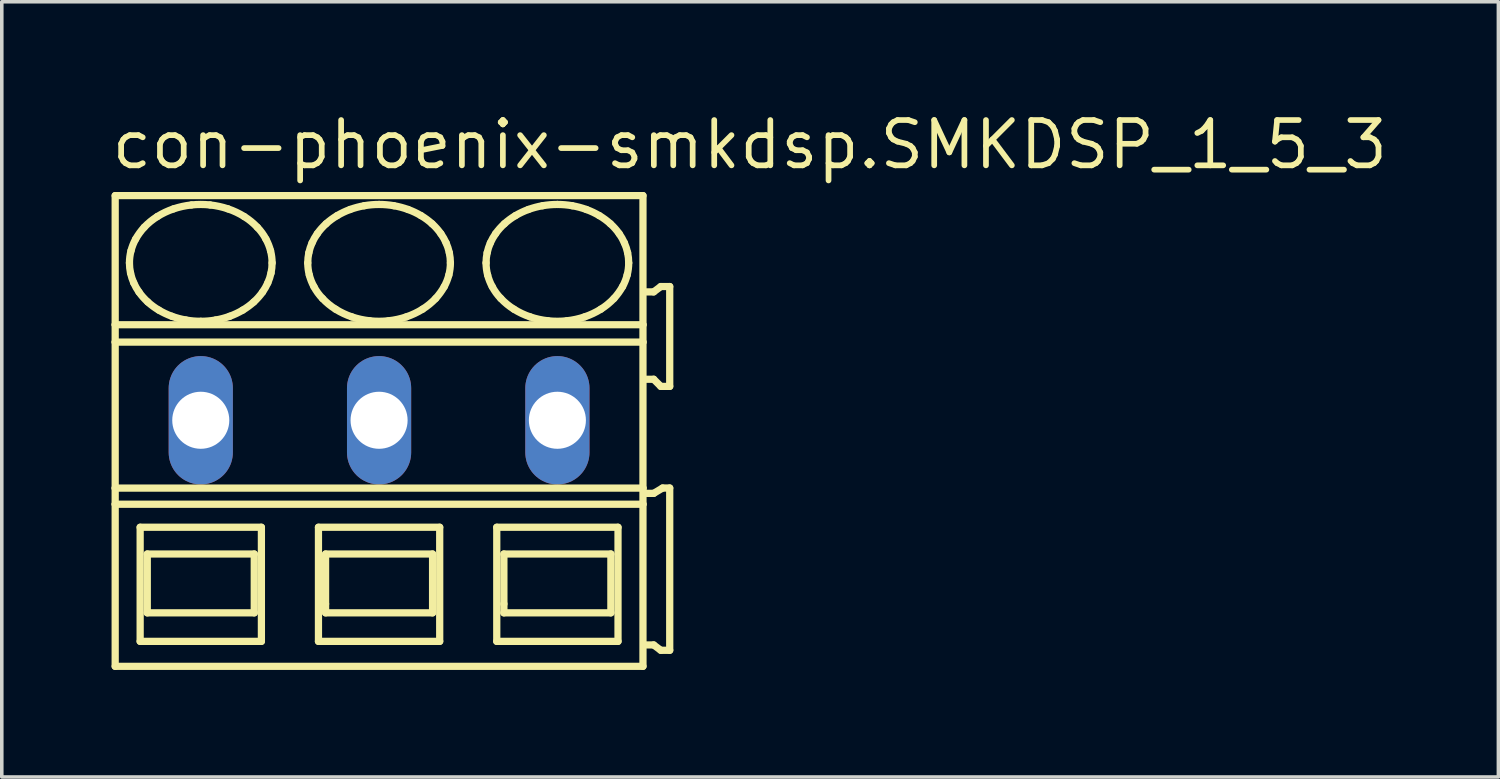
<source format=kicad_pcb>
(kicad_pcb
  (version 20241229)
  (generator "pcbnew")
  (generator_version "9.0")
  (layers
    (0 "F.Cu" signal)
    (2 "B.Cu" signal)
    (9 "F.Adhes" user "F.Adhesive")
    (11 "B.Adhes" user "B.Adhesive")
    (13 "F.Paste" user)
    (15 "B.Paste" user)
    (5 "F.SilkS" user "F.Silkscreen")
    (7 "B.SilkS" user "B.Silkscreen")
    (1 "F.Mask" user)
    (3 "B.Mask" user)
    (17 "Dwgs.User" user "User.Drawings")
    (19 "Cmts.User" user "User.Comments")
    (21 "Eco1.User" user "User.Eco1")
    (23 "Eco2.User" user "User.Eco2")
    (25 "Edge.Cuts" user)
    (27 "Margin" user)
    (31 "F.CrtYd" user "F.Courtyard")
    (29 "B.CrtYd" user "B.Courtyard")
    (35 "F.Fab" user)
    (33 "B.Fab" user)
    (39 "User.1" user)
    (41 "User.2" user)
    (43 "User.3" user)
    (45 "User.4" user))
  (footprint "con-phoenix-smkdsp.SMKDSP_1_5_3"
    (layer "F.Cu")
    (at 5.08 8.735)
    (property "Reference" "con-phoenix-smkdsp.SMKDSP_1_5_3" (at -5.08 -6.985 0) (layer "F.SilkS") (effects (font (size 1.27 1.27) (thickness 0.16)) (justify left bottom)))
    (attr through_hole)
    (fp_line (start -4.9 -6.3) (end -4.9 -2.679) (stroke (width 0.203) (type default)) (layer "F.SilkS"))
    (fp_line (start -4.9 -2.679) (end -4.9 -2.192) (stroke (width 0.203) (type default)) (layer "F.SilkS"))
    (fp_line (start -4.9 -2.192) (end -4.9 1.902) (stroke (width 0.203) (type default)) (layer "F.SilkS"))
    (fp_line (start -4.9 1.902) (end -4.9 2.354) (stroke (width 0.203) (type default)) (layer "F.SilkS"))
    (fp_line (start -4.9 2.354) (end -4.9 6.9) (stroke (width 0.203) (type default)) (layer "F.SilkS"))
    (fp_line (start -4.9 6.9) (end 9.9 6.9) (stroke (width 0.203) (type default)) (layer "F.SilkS"))
    (fp_line (start -4.2 3) (end -4.2 6.2) (stroke (width 0.203) (type default)) (layer "F.SilkS"))
    (fp_line (start -4.2 6.2) (end -0.8 6.2) (stroke (width 0.203) (type default)) (layer "F.SilkS"))
    (fp_line (start -4 3.75) (end -4 5.4) (stroke (width 0.203) (type default)) (layer "F.SilkS"))
    (fp_line (start -4 5.4) (end -1 5.4) (stroke (width 0.203) (type default)) (layer "F.SilkS"))
    (fp_line (start -1 3.75) (end -4 3.75) (stroke (width 0.203) (type default)) (layer "F.SilkS"))
    (fp_line (start -1 5.4) (end -1 3.75) (stroke (width 0.203) (type default)) (layer "F.SilkS"))
    (fp_line (start -0.8 3) (end -4.2 3) (stroke (width 0.203) (type default)) (layer "F.SilkS"))
    (fp_line (start -0.8 6.2) (end -0.8 3) (stroke (width 0.203) (type default)) (layer "F.SilkS"))
    (fp_line (start 0.8 3) (end 0.8 6.2) (stroke (width 0.203) (type default)) (layer "F.SilkS"))
    (fp_line (start 0.8 6.2) (end 4.2 6.2) (stroke (width 0.203) (type default)) (layer "F.SilkS"))
    (fp_line (start 1 3.75) (end 1 5.15) (stroke (width 0.203) (type default)) (layer "F.SilkS"))
    (fp_line (start 1 5.15) (end 1 5.4) (stroke (width 0.203) (type default)) (layer "F.SilkS"))
    (fp_line (start 1 5.4) (end 4 5.4) (stroke (width 0.203) (type default)) (layer "F.SilkS"))
    (fp_line (start 4 3.75) (end 1 3.75) (stroke (width 0.203) (type default)) (layer "F.SilkS"))
    (fp_line (start 4 5.4) (end 4 3.75) (stroke (width 0.203) (type default)) (layer "F.SilkS"))
    (fp_line (start 4.2 3) (end 0.8 3) (stroke (width 0.203) (type default)) (layer "F.SilkS"))
    (fp_line (start 4.2 6.2) (end 4.2 3) (stroke (width 0.203) (type default)) (layer "F.SilkS"))
    (fp_line (start 5.8 3) (end 5.8 6.2) (stroke (width 0.203) (type default)) (layer "F.SilkS"))
    (fp_line (start 5.8 6.2) (end 9.2 6.2) (stroke (width 0.203) (type default)) (layer "F.SilkS"))
    (fp_line (start 6 3.75) (end 6 5.15) (stroke (width 0.203) (type default)) (layer "F.SilkS"))
    (fp_line (start 6 5.15) (end 6 5.4) (stroke (width 0.203) (type default)) (layer "F.SilkS"))
    (fp_line (start 6 5.4) (end 9 5.4) (stroke (width 0.203) (type default)) (layer "F.SilkS"))
    (fp_line (start 9 3.75) (end 6 3.75) (stroke (width 0.203) (type default)) (layer "F.SilkS"))
    (fp_line (start 9 5.4) (end 9 3.75) (stroke (width 0.203) (type default)) (layer "F.SilkS"))
    (fp_line (start 9.2 3) (end 5.8 3) (stroke (width 0.203) (type default)) (layer "F.SilkS"))
    (fp_line (start 9.2 6.2) (end 9.2 3) (stroke (width 0.203) (type default)) (layer "F.SilkS"))
    (fp_line (start 9.9 -6.3) (end -4.9 -6.3) (stroke (width 0.203) (type default)) (layer "F.SilkS"))
    (fp_line (start 9.9 -2.679) (end -4.9 -2.679) (stroke (width 0.203) (type default)) (layer "F.SilkS"))
    (fp_line (start 9.9 -2.679) (end 9.9 -6.3) (stroke (width 0.203) (type default)) (layer "F.SilkS"))
    (fp_line (start 9.9 -2.192) (end -4.9 -2.192) (stroke (width 0.203) (type default)) (layer "F.SilkS"))
    (fp_line (start 9.9 -2.192) (end 9.9 -2.679) (stroke (width 0.203) (type default)) (layer "F.SilkS"))
    (fp_line (start 9.9 1.902) (end -4.9 1.902) (stroke (width 0.203) (type default)) (layer "F.SilkS"))
    (fp_line (start 9.9 1.902) (end 9.9 -2.192) (stroke (width 0.203) (type default)) (layer "F.SilkS"))
    (fp_line (start 9.9 2.354) (end -4.9 2.354) (stroke (width 0.203) (type default)) (layer "F.SilkS"))
    (fp_line (start 9.9 2.354) (end 9.9 1.902) (stroke (width 0.203) (type default)) (layer "F.SilkS"))
    (fp_line (start 9.9 6.9) (end 9.9 2.354) (stroke (width 0.203) (type default)) (layer "F.SilkS"))
    (fp_line (start 10 -1.15) (end 10.2 -1.15) (stroke (width 0.203) (type default)) (layer "F.SilkS"))
    (fp_line (start 10 6.3) (end 10.2 6.3) (stroke (width 0.203) (type default)) (layer "F.SilkS"))
    (fp_line (start 10.2 -3.6) (end 10 -3.6) (stroke (width 0.203) (type default)) (layer "F.SilkS"))
    (fp_line (start 10.2 -1.15) (end 10.4 -0.95) (stroke (width 0.203) (type default)) (layer "F.SilkS"))
    (fp_line (start 10.2 2.05) (end 10 2.05) (stroke (width 0.203) (type default)) (layer "F.SilkS"))
    (fp_line (start 10.2 6.3) (end 10.4 6.45) (stroke (width 0.203) (type default)) (layer "F.SilkS"))
    (fp_line (start 10.4 -3.75) (end 10.2 -3.6) (stroke (width 0.203) (type default)) (layer "F.SilkS"))
    (fp_line (start 10.4 -0.95) (end 10.65 -0.95) (stroke (width 0.203) (type default)) (layer "F.SilkS"))
    (fp_line (start 10.4 6.45) (end 10.65 6.45) (stroke (width 0.203) (type default)) (layer "F.SilkS"))
    (fp_line (start 10.45 1.9) (end 10.2 2.05) (stroke (width 0.203) (type default)) (layer "F.SilkS"))
    (fp_line (start 10.65 -3.75) (end 10.4 -3.75) (stroke (width 0.203) (type default)) (layer "F.SilkS"))
    (fp_line (start 10.65 -0.95) (end 10.65 -3.75) (stroke (width 0.203) (type default)) (layer "F.SilkS"))
    (fp_line (start 10.65 1.9) (end 10.45 1.9) (stroke (width 0.203) (type default)) (layer "F.SilkS"))
    (fp_line (start 10.65 6.45) (end 10.65 1.9) (stroke (width 0.203) (type default)) (layer "F.SilkS"))
    (fp_arc (start -4.5 -4.4136) (mid -4.488905 -4.585389) (end -4.4562 -4.7544) (stroke (width 0.2032) (type default)) (layer "F.SilkS"))
    (fp_arc (start -4.4695 -4.1287) (mid -4.492309 -4.270341) (end -4.5 -4.4136) (stroke (width 0.2032) (type default)) (layer "F.SilkS"))
    (fp_arc (start -4.4562 -4.7544) (mid -4.401558 -4.920839) (end -4.3273 -5.0795) (stroke (width 0.2032) (type default)) (layer "F.SilkS"))
    (fp_arc (start -4.3795 -3.8536) (mid -4.431599 -3.988827) (end -4.4695 -4.1287) (stroke (width 0.2032) (type default)) (layer "F.SilkS"))
    (fp_arc (start -4.3274 -5.0795) (mid -4.216217 -5.252167) (end -4.0864 -5.4113) (stroke (width 0.2032) (type default)) (layer "F.SilkS"))
    (fp_arc (start -4.232 -3.5945) (mid -4.312155 -3.720404) (end -4.3795 -3.8536) (stroke (width 0.2032) (type default)) (layer "F.SilkS"))
    (fp_arc (start -4.0864 -5.4113) (mid -3.911717 -5.573771) (end -3.718 -5.713) (stroke (width 0.2032) (type default)) (layer "F.SilkS"))
    (fp_arc (start -3.9861 -3.3171) (mid -4.116737 -3.448975) (end -4.2321 -3.5944) (stroke (width 0.2032) (type default)) (layer "F.SilkS"))
    (fp_arc (start -3.718 -5.713) (mid -3.497651 -5.83326) (end -3.2649 -5.9273) (stroke (width 0.2032) (type default)) (layer "F.SilkS"))
    (fp_arc (start -3.676 -3.0884) (mid -3.836846 -3.19489) (end -3.9861 -3.3171) (stroke (width 0.2032) (type default)) (layer "F.SilkS"))
    (fp_arc (start -3.313 -2.9167) (mid -3.498551 -2.993985) (end -3.676 -3.0884) (stroke (width 0.2032) (type default)) (layer "F.SilkS"))
    (fp_arc (start -3.2649 -5.9273) (mid -3.016253 -5.996227) (end -2.7616 -6.0378) (stroke (width 0.2032) (type default)) (layer "F.SilkS"))
    (fp_arc (start -2.9161 -2.8111) (mid -3.116893 -2.855096) (end -3.313 -2.9167) (stroke (width 0.2032) (type default)) (layer "F.SilkS"))
    (fp_arc (start -2.7616 -6.0378) (mid -2.5 -6.051841) (end -2.2384 -6.0378) (stroke (width 0.2032) (type default)) (layer "F.SilkS"))
    (fp_arc (start -2.5 -2.7752) (mid -2.708826 -2.784159) (end -2.9161 -2.8111) (stroke (width 0.2032) (type default)) (layer "F.SilkS"))
    (fp_arc (start -2.2384 -6.0378) (mid -1.983714 -5.996378) (end -1.7351 -5.9273) (stroke (width 0.2032) (type default)) (layer "F.SilkS"))
    (fp_arc (start -2.0839 -2.8111) (mid -2.291182 -2.784277) (end -2.5 -2.7753) (stroke (width 0.2032) (type default)) (layer "F.SilkS"))
    (fp_arc (start -1.7351 -5.9273) (mid -1.502222 -5.83353) (end -1.282 -5.713) (stroke (width 0.2032) (type default)) (layer "F.SilkS"))
    (fp_arc (start -1.687 -2.9167) (mid -1.883128 -2.855175) (end -2.0839 -2.8111) (stroke (width 0.2032) (type default)) (layer "F.SilkS"))
    (fp_arc (start -1.324 -3.0884) (mid -1.501514 -2.994123) (end -1.687 -2.9167) (stroke (width 0.2032) (type default)) (layer "F.SilkS"))
    (fp_arc (start -1.282 -5.713) (mid -1.088036 -5.574073) (end -0.9136 -5.4113) (stroke (width 0.2032) (type default)) (layer "F.SilkS"))
    (fp_arc (start -1.0139 -3.3171) (mid -1.163276 -3.195057) (end -1.324 -3.0884) (stroke (width 0.2032) (type default)) (layer "F.SilkS"))
    (fp_arc (start -0.9137 -5.4112) (mid -0.781313 -5.253987) (end -0.6727 -5.0795) (stroke (width 0.2032) (type default)) (layer "F.SilkS"))
    (fp_arc (start -0.7679 -3.5944) (mid -0.88339 -3.449088) (end -1.0139 -3.3171) (stroke (width 0.2032) (type default)) (layer "F.SilkS"))
    (fp_arc (start -0.6727 -5.0795) (mid -0.598286 -4.920901) (end -0.5438 -4.7544) (stroke (width 0.2032) (type default)) (layer "F.SilkS"))
    (fp_arc (start -0.6204 -3.8536) (mid -0.687861 -3.720421) (end -0.7679 -3.5944) (stroke (width 0.2032) (type default)) (layer "F.SilkS"))
    (fp_arc (start -0.5438 -4.7544) (mid -0.511083 -4.58539) (end -0.5 -4.4136) (stroke (width 0.2032) (type default)) (layer "F.SilkS"))
    (fp_arc (start -0.5305 -4.1287) (mid -0.568473 -3.988851) (end -0.6205 -3.8536) (stroke (width 0.2032) (type default)) (layer "F.SilkS"))
    (fp_arc (start -0.5001 -4.4136) (mid -0.50774 -4.270343) (end -0.5305 -4.1287) (stroke (width 0.2032) (type default)) (layer "F.SilkS"))
    (fp_arc (start 0.5 -4.4136) (mid 0.507693 -4.556809) (end 0.5305 -4.6984) (stroke (width 0.2032) (type default)) (layer "F.SilkS"))
    (fp_arc (start 0.5305 -4.6984) (mid 0.568467 -4.8383) (end 0.6205 -4.9736) (stroke (width 0.2032) (type default)) (layer "F.SilkS"))
    (fp_arc (start 0.5438 -4.0727) (mid 0.511073 -4.241759) (end 0.5 -4.4136) (stroke (width 0.2032) (type default)) (layer "F.SilkS"))
    (fp_arc (start 0.6204 -4.9736) (mid 0.687866 -5.106728) (end 0.7679 -5.2327) (stroke (width 0.2032) (type default)) (layer "F.SilkS"))
    (fp_arc (start 0.6727 -3.7476) (mid 0.598288 -3.9062) (end 0.5438 -4.0727) (stroke (width 0.2032) (type default)) (layer "F.SilkS"))
    (fp_arc (start 0.7679 -5.2327) (mid 0.883386 -5.378016) (end 1.0139 -5.51) (stroke (width 0.2032) (type default)) (layer "F.SilkS"))
    (fp_arc (start 0.9136 -3.4159) (mid 0.781267 -3.57312) (end 0.6727 -3.7476) (stroke (width 0.2032) (type default)) (layer "F.SilkS"))
    (fp_arc (start 1.0139 -5.51) (mid 1.163277 -5.632042) (end 1.324 -5.7387) (stroke (width 0.2032) (type default)) (layer "F.SilkS"))
    (fp_arc (start 1.282 -3.1141) (mid 1.088032 -3.253077) (end 0.9136 -3.4159) (stroke (width 0.2032) (type default)) (layer "F.SilkS"))
    (fp_arc (start 1.324 -5.7387) (mid 1.501514 -5.832977) (end 1.687 -5.9104) (stroke (width 0.2032) (type default)) (layer "F.SilkS"))
    (fp_arc (start 1.687 -5.9104) (mid 1.883128 -5.971925) (end 2.0839 -6.016) (stroke (width 0.2032) (type default)) (layer "F.SilkS"))
    (fp_arc (start 1.7351 -2.8998) (mid 1.502222 -2.993571) (end 1.282 -3.1141) (stroke (width 0.2032) (type default)) (layer "F.SilkS"))
    (fp_arc (start 2.0839 -6.0161) (mid 2.291183 -6.042919) (end 2.5 -6.0519) (stroke (width 0.2032) (type default)) (layer "F.SilkS"))
    (fp_arc (start 2.2384 -2.7893) (mid 1.983714 -2.830721) (end 1.7351 -2.8998) (stroke (width 0.2032) (type default)) (layer "F.SilkS"))
    (fp_arc (start 2.5 -6.0519) (mid 2.708826 -6.042941) (end 2.9161 -6.016) (stroke (width 0.2032) (type default)) (layer "F.SilkS"))
    (fp_arc (start 2.7616 -2.7893) (mid 2.5 -2.775259) (end 2.2384 -2.7893) (stroke (width 0.2032) (type default)) (layer "F.SilkS"))
    (fp_arc (start 2.9161 -6.016) (mid 3.116893 -5.972004) (end 3.313 -5.9104) (stroke (width 0.2032) (type default)) (layer "F.SilkS"))
    (fp_arc (start 3.2649 -2.8998) (mid 3.016253 -2.830873) (end 2.7616 -2.7893) (stroke (width 0.2032) (type default)) (layer "F.SilkS"))
    (fp_arc (start 3.313 -5.9104) (mid 3.498552 -5.833116) (end 3.676 -5.7387) (stroke (width 0.2032) (type default)) (layer "F.SilkS"))
    (fp_arc (start 3.676 -5.7387) (mid 3.836846 -5.632209) (end 3.9861 -5.51) (stroke (width 0.2032) (type default)) (layer "F.SilkS"))
    (fp_arc (start 3.718 -3.1141) (mid 3.497651 -2.993839) (end 3.2649 -2.8998) (stroke (width 0.2032) (type default)) (layer "F.SilkS"))
    (fp_arc (start 3.9861 -5.51) (mid 4.116738 -5.378126) (end 4.2321 -5.2327) (stroke (width 0.2032) (type default)) (layer "F.SilkS"))
    (fp_arc (start 4.0864 -3.4159) (mid 3.911721 -3.253378) (end 3.718 -3.1141) (stroke (width 0.2032) (type default)) (layer "F.SilkS"))
    (fp_arc (start 4.2321 -5.2327) (mid 4.312204 -5.106793) (end 4.3795 -4.9736) (stroke (width 0.2032) (type default)) (layer "F.SilkS"))
    (fp_arc (start 4.3273 -3.7476) (mid 4.216161 -3.574988) (end 4.0864 -3.4159) (stroke (width 0.2032) (type default)) (layer "F.SilkS"))
    (fp_arc (start 4.3795 -4.9736) (mid 4.431605 -4.838324) (end 4.4695 -4.6984) (stroke (width 0.2032) (type default)) (layer "F.SilkS"))
    (fp_arc (start 4.4562 -4.0727) (mid 4.401557 -3.906262) (end 4.3273 -3.7476) (stroke (width 0.2032) (type default)) (layer "F.SilkS"))
    (fp_arc (start 4.4695 -4.6984) (mid 4.4923 -4.556809) (end 4.5 -4.4136) (stroke (width 0.2032) (type default)) (layer "F.SilkS"))
    (fp_arc (start 4.5 -4.4136) (mid 4.488914 -4.241761) (end 4.4562 -4.0727) (stroke (width 0.2032) (type default)) (layer "F.SilkS"))
    (fp_arc (start 5.5 -4.4136) (mid 5.507693 -4.556809) (end 5.5305 -4.6984) (stroke (width 0.2032) (type default)) (layer "F.SilkS"))
    (fp_arc (start 5.5305 -4.6984) (mid 5.568467 -4.8383) (end 5.6205 -4.9736) (stroke (width 0.2032) (type default)) (layer "F.SilkS"))
    (fp_arc (start 5.5438 -4.0727) (mid 5.511073 -4.241759) (end 5.5 -4.4136) (stroke (width 0.2032) (type default)) (layer "F.SilkS"))
    (fp_arc (start 5.6204 -4.9736) (mid 5.687866 -5.106728) (end 5.7679 -5.2327) (stroke (width 0.2032) (type default)) (layer "F.SilkS"))
    (fp_arc (start 5.6727 -3.7476) (mid 5.598288 -3.9062) (end 5.5438 -4.0727) (stroke (width 0.2032) (type default)) (layer "F.SilkS"))
    (fp_arc (start 5.7679 -5.2327) (mid 5.883386 -5.378016) (end 6.0139 -5.51) (stroke (width 0.2032) (type default)) (layer "F.SilkS"))
    (fp_arc (start 5.9136 -3.4159) (mid 5.781267 -3.57312) (end 5.6727 -3.7476) (stroke (width 0.2032) (type default)) (layer "F.SilkS"))
    (fp_arc (start 6.0139 -5.51) (mid 6.163277 -5.632042) (end 6.324 -5.7387) (stroke (width 0.2032) (type default)) (layer "F.SilkS"))
    (fp_arc (start 6.282 -3.1141) (mid 6.088032 -3.253077) (end 5.9136 -3.4159) (stroke (width 0.2032) (type default)) (layer "F.SilkS"))
    (fp_arc (start 6.324 -5.7387) (mid 6.501514 -5.832977) (end 6.687 -5.9104) (stroke (width 0.2032) (type default)) (layer "F.SilkS"))
    (fp_arc (start 6.687 -5.9104) (mid 6.883128 -5.971925) (end 7.0839 -6.016) (stroke (width 0.2032) (type default)) (layer "F.SilkS"))
    (fp_arc (start 6.7351 -2.8998) (mid 6.502222 -2.993571) (end 6.282 -3.1141) (stroke (width 0.2032) (type default)) (layer "F.SilkS"))
    (fp_arc (start 7.0839 -6.0161) (mid 7.291183 -6.042919) (end 7.5 -6.0519) (stroke (width 0.2032) (type default)) (layer "F.SilkS"))
    (fp_arc (start 7.2384 -2.7893) (mid 6.983714 -2.830721) (end 6.7351 -2.8998) (stroke (width 0.2032) (type default)) (layer "F.SilkS"))
    (fp_arc (start 7.5 -6.0519) (mid 7.708826 -6.042941) (end 7.9161 -6.016) (stroke (width 0.2032) (type default)) (layer "F.SilkS"))
    (fp_arc (start 7.7616 -2.7893) (mid 7.5 -2.775259) (end 7.2384 -2.7893) (stroke (width 0.2032) (type default)) (layer "F.SilkS"))
    (fp_arc (start 7.9161 -6.016) (mid 8.116893 -5.972004) (end 8.313 -5.9104) (stroke (width 0.2032) (type default)) (layer "F.SilkS"))
    (fp_arc (start 8.2649 -2.8998) (mid 8.016253 -2.830873) (end 7.7616 -2.7893) (stroke (width 0.2032) (type default)) (layer "F.SilkS"))
    (fp_arc (start 8.313 -5.9104) (mid 8.498552 -5.833116) (end 8.676 -5.7387) (stroke (width 0.2032) (type default)) (layer "F.SilkS"))
    (fp_arc (start 8.676 -5.7387) (mid 8.836846 -5.632209) (end 8.9861 -5.51) (stroke (width 0.2032) (type default)) (layer "F.SilkS"))
    (fp_arc (start 8.718 -3.1141) (mid 8.497651 -2.993839) (end 8.2649 -2.8998) (stroke (width 0.2032) (type default)) (layer "F.SilkS"))
    (fp_arc (start 8.9861 -5.51) (mid 9.116738 -5.378126) (end 9.2321 -5.2327) (stroke (width 0.2032) (type default)) (layer "F.SilkS"))
    (fp_arc (start 9.0864 -3.4159) (mid 8.911721 -3.253378) (end 8.718 -3.1141) (stroke (width 0.2032) (type default)) (layer "F.SilkS"))
    (fp_arc (start 9.2321 -5.2327) (mid 9.312204 -5.106793) (end 9.3795 -4.9736) (stroke (width 0.2032) (type default)) (layer "F.SilkS"))
    (fp_arc (start 9.3273 -3.7476) (mid 9.216161 -3.574988) (end 9.0864 -3.4159) (stroke (width 0.2032) (type default)) (layer "F.SilkS"))
    (fp_arc (start 9.3795 -4.9736) (mid 9.431605 -4.838324) (end 9.4695 -4.6984) (stroke (width 0.2032) (type default)) (layer "F.SilkS"))
    (fp_arc (start 9.4562 -4.0727) (mid 9.401557 -3.906262) (end 9.3273 -3.7476) (stroke (width 0.2032) (type default)) (layer "F.SilkS"))
    (fp_arc (start 9.4695 -4.6984) (mid 9.4923 -4.556809) (end 9.5 -4.4136) (stroke (width 0.2032) (type default)) (layer "F.SilkS"))
    (fp_arc (start 9.5 -4.4136) (mid 9.488914 -4.241761) (end 9.4562 -4.0727) (stroke (width 0.2032) (type default)) (layer "F.SilkS"))
    (pad "1" thru_hole oval (at -2.5 0 90) (size 3.6 1.8) (drill 1.6) (layers "*.Cu" "*.Mask"))
    (pad "2" thru_hole oval (at 2.5 0 90) (size 3.6 1.8) (drill 1.6) (layers "*.Cu" "*.Mask"))
    (pad "3" thru_hole oval (at 7.5 0 90) (size 3.6 1.8) (drill 1.6) (layers "*.Cu" "*.Mask")))
  (gr_rect
    (start -3 -3)
    (end 38.967 18.737)
    (stroke (width 0.1) (type default))
    (fill no)
    (layer "Edge.Cuts")))
</source>
